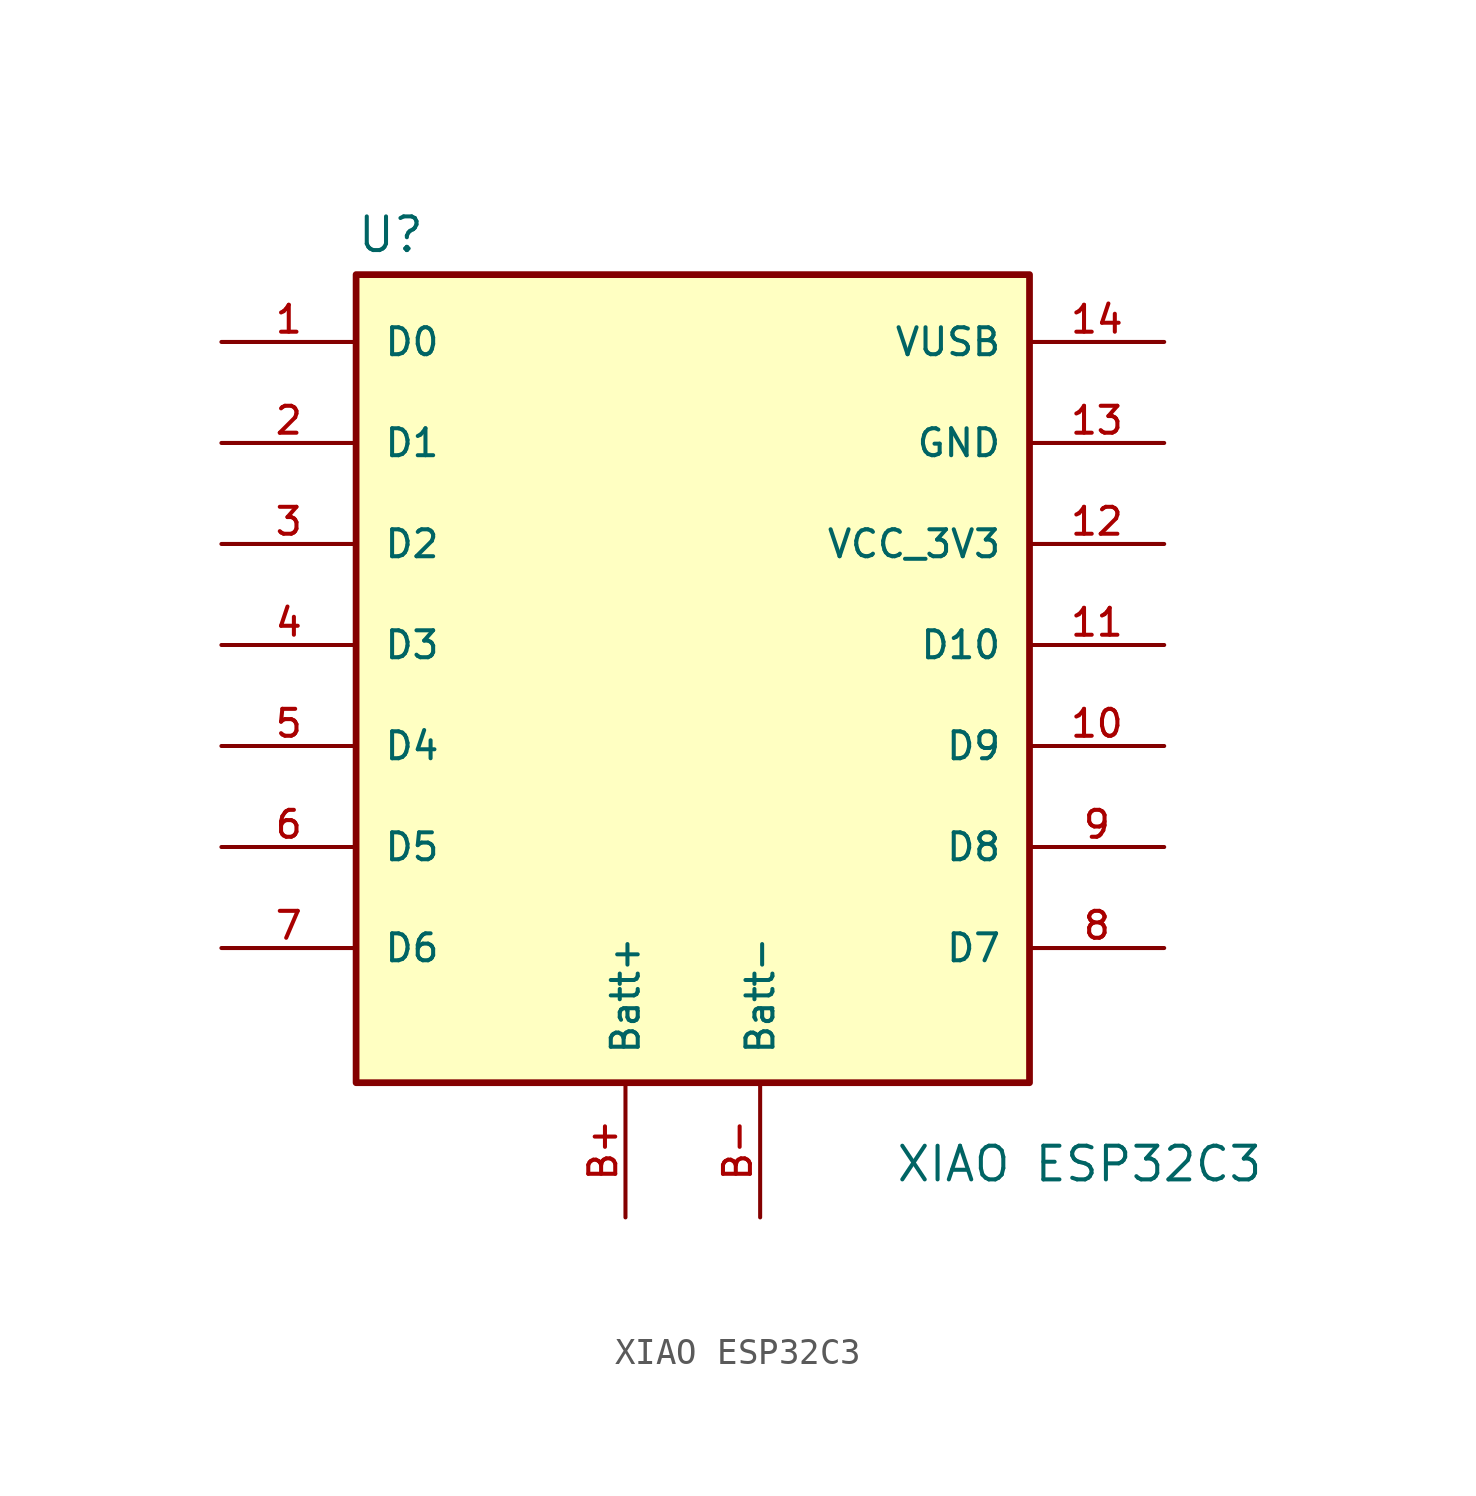
<source format=kicad_sym>
(kicad_symbol_lib
  (version 20220914)
  (generator kicad_symbol_editor)
  (symbol "XIAO ESP32C3"
    (pin_names
      (offset 1.016))
    (property "Reference" "U"
      (at -12.7 16.002 0)
      (effects (font (size 1.27 1.27)) (justify left bottom)))
    (property "Value" "XIAO ESP32C3"
      (at 7.62 -19.05 0)
      (effects (font (size 1.27 1.27)) (justify left bottom)))
    (symbol "XIAO ESP32C3_0_0"
      (rectangle (start -12.7 15.24) (end 12.7 -15.24) (stroke (width 0.254) (type default)) (fill (type background)))
      (pin bidirectional line (at -17.78 12.7 0) (length 5.08) (name "D0" (effects (font (size 1.016 1.016)))) (number "1" (effects (font (size 1.016 1.016)))))
      (pin bidirectional line (at 17.78 -2.54 180) (length 5.08) (name "D9" (effects (font (size 1.016 1.016)))) (number "10" (effects (font (size 1.016 1.016)))))
      (pin bidirectional line (at 17.78 1.27 180) (length 5.08) (name "D10" (effects (font (size 1.016 1.016)))) (number "11" (effects (font (size 1.016 1.016)))))
      (pin power_in line (at 17.78 5.08 180) (length 5.08) (name "VCC_3V3" (effects (font (size 1.016 1.016)))) (number "12" (effects (font (size 1.016 1.016)))))
      (pin power_in line (at 17.78 8.89 180) (length 5.08) (name "GND" (effects (font (size 1.016 1.016)))) (number "13" (effects (font (size 1.016 1.016)))))
      (pin power_in line (at 17.78 12.7 180) (length 5.08) (name "VUSB" (effects (font (size 1.016 1.016)))) (number "14" (effects (font (size 1.016 1.016)))))
      (pin bidirectional line (at -17.78 8.89 0) (length 5.08) (name "D1" (effects (font (size 1.016 1.016)))) (number "2" (effects (font (size 1.016 1.016)))))
      (pin bidirectional line (at -17.78 5.08 0) (length 5.08) (name "D2" (effects (font (size 1.016 1.016)))) (number "3" (effects (font (size 1.016 1.016)))))
      (pin bidirectional line (at -17.78 1.27 0) (length 5.08) (name "D3" (effects (font (size 1.016 1.016)))) (number "4" (effects (font (size 1.016 1.016)))))
      (pin bidirectional line (at -17.78 -2.54 0) (length 5.08) (name "D4" (effects (font (size 1.016 1.016)))) (number "5" (effects (font (size 1.016 1.016)))))
      (pin bidirectional line (at -17.78 -6.35 0) (length 5.08) (name "D5" (effects (font (size 1.016 1.016)))) (number "6" (effects (font (size 1.016 1.016)))))
      (pin bidirectional line (at 17.78 -6.35 180) (length 5.08) (name "D8" (effects (font (size 1.016 1.016)))) (number "9" (effects (font (size 1.016 1.016))))))
    (symbol "XIAO ESP32C3_1_0"
      (pin bidirectional line (at -17.78 -10.16 0) (length 5.08) (name "D6" (effects (font (size 1.016 1.016)))) (number "7" (effects (font (size 1.016 1.016)))))
      (pin bidirectional line (at 17.78 -10.16 180) (length 5.08) (name "D7" (effects (font (size 1.016 1.016)))) (number "8" (effects (font (size 1.016 1.016)))))
      (pin power_in line (at -2.54 -20.32 90) (length 5.08) (name "Batt+" (effects (font (size 1.016 1.016)))) (number "B+" (effects (font (size 1.016 1.016)))))
      (pin power_in line (at 2.54 -20.32 90) (length 5.08) (name "Batt-" (effects (font (size 1.016 1.016)))) (number "B-" (effects (font (size 1.016 1.016))))))))
</source>
